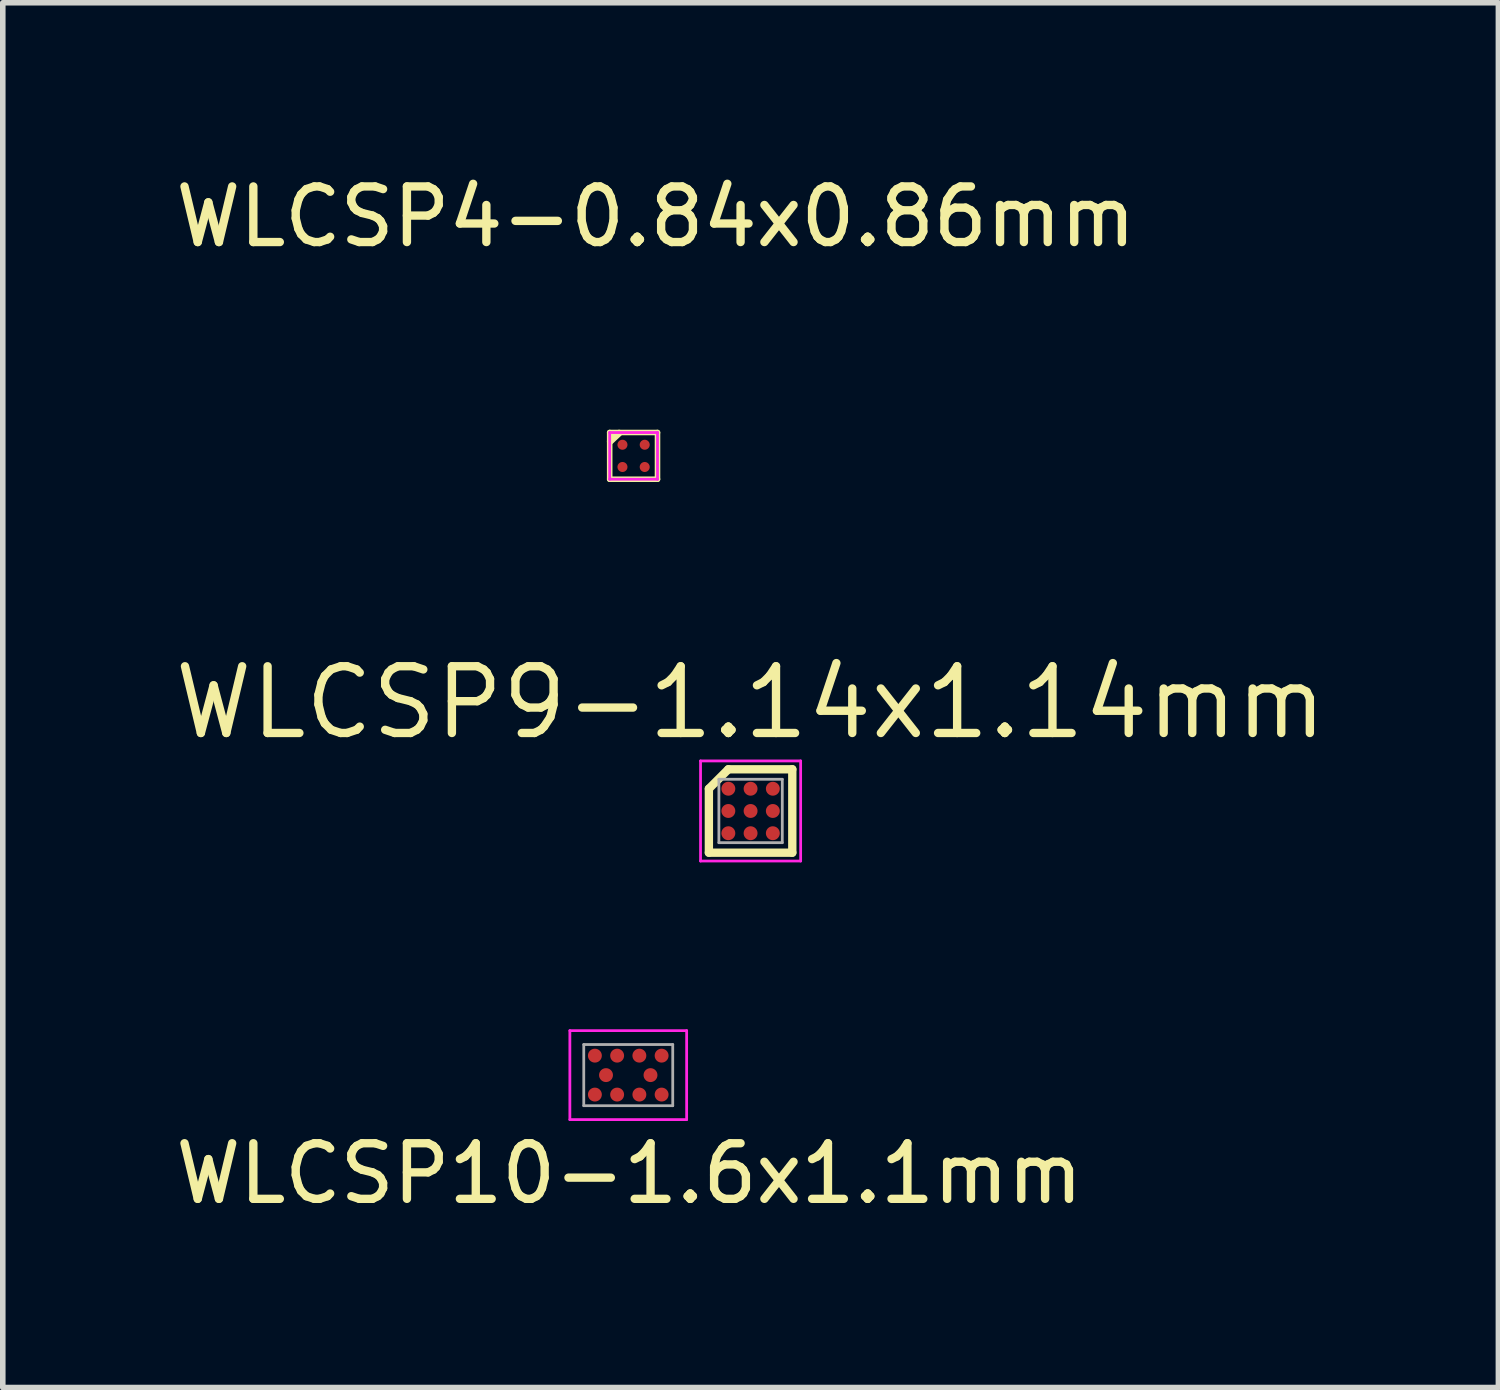
<source format=kicad_pcb>
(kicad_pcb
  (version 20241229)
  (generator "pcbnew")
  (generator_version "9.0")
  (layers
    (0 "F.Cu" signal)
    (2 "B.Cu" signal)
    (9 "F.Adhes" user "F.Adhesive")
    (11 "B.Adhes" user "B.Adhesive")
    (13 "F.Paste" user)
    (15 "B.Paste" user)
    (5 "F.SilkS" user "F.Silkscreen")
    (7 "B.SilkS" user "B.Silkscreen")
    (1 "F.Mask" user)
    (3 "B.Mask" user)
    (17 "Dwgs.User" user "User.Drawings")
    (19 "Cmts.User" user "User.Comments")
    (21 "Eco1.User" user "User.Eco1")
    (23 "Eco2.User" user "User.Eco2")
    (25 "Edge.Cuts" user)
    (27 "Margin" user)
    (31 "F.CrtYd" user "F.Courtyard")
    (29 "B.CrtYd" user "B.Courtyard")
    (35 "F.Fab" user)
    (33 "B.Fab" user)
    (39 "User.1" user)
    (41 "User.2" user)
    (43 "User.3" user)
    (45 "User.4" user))
  (footprint "WLCSP10-1.6x1.1mm"
    (layer "F.Cu")
    (at 8.248 16.284)
    (property "Reference" "WLCSP10-1.6x1.1mm" (at 0.02 1.77 0) (layer "F.SilkS") (effects (font (size 1 1) (thickness 0.15))))
    (attr through_hole)
    (fp_line (start -1.05 -0.8) (end 1.05 -0.8) (stroke (width 0.05) (type solid)) (layer "F.CrtYd"))
    (fp_line (start -1.05 0.8) (end -1.05 -0.8) (stroke (width 0.05) (type solid)) (layer "F.CrtYd"))
    (fp_line (start -1.05 0.8) (end 1.05 0.8) (stroke (width 0.05) (type solid)) (layer "F.CrtYd"))
    (fp_line (start 1.05 0.8) (end 1.05 -0.8) (stroke (width 0.05) (type solid)) (layer "F.CrtYd"))
    (fp_line (start -0.8 -0.55) (end -0.8 0.55) (stroke (width 0.05) (type solid)) (layer "F.Fab"))
    (fp_line (start -0.8 -0.55) (end 0.8 -0.55) (stroke (width 0.05) (type solid)) (layer "F.Fab"))
    (fp_line (start -0.8 0.55) (end 0.8 0.55) (stroke (width 0.05) (type solid)) (layer "F.Fab"))
    (fp_line (start 0.8 -0.55) (end 0.8 0.55) (stroke (width 0.05) (type solid)) (layer "F.Fab"))
    (pad "A1" smd circle (at -0.6 0.35) (size 0.25 0.25) (layers "F.Cu" "F.Mask" "F.Paste"))
    (pad "A3" smd circle (at -0.6 -0.35) (size 0.25 0.25) (layers "F.Cu" "F.Mask" "F.Paste"))
    (pad "B2" smd circle (at -0.4 0) (size 0.25 0.25) (layers "F.Cu" "F.Mask" "F.Paste"))
    (pad "C1" smd circle (at -0.2 0.35) (size 0.25 0.25) (layers "F.Cu" "F.Mask" "F.Paste"))
    (pad "C3" smd circle (at -0.2 -0.35) (size 0.25 0.25) (layers "F.Cu" "F.Mask" "F.Paste"))
    (pad "D1" smd circle (at 0.2 0.35) (size 0.25 0.25) (layers "F.Cu" "F.Mask" "F.Paste"))
    (pad "D3" smd circle (at 0.2 -0.35) (size 0.25 0.25) (layers "F.Cu" "F.Mask" "F.Paste"))
    (pad "E2" smd circle (at 0.4 0) (size 0.25 0.25) (layers "F.Cu" "F.Mask" "F.Paste"))
    (pad "F1" smd circle (at 0.6 0.35) (size 0.25 0.25) (layers "F.Cu" "F.Mask" "F.Paste"))
    (pad "F3" smd circle (at 0.6 -0.35) (size 0.25 0.25) (layers "F.Cu" "F.Mask" "F.Paste")))
  (footprint "WLCSP9-1.14x1.14mm"
    (layer "F.Cu")
    (at 10.448 11.534)
    (property "Reference" "WLCSP9-1.14x1.14mm" (at 0 -1.95 0) (layer "F.SilkS") (effects (font (size 1.2 1.2) (thickness 0.15))))
    (attr through_hole)
    (fp_line (start -0.75 -0.4) (end -0.75 0.75) (stroke (width 0.15) (type solid)) (layer "F.SilkS"))
    (fp_line (start -0.75 0.75) (end 0.75 0.75) (stroke (width 0.15) (type solid)) (layer "F.SilkS"))
    (fp_line (start -0.4 -0.75) (end -0.75 -0.4) (stroke (width 0.15) (type solid)) (layer "F.SilkS"))
    (fp_line (start 0.75 -0.75) (end -0.4 -0.75) (stroke (width 0.15) (type solid)) (layer "F.SilkS"))
    (fp_line (start 0.75 0.75) (end 0.75 -0.75) (stroke (width 0.15) (type solid)) (layer "F.SilkS"))
    (fp_line (start -0.9 -0.9) (end 0.9 -0.9) (stroke (width 0.05) (type solid)) (layer "F.CrtYd"))
    (fp_line (start -0.9 0.9) (end -0.9 -0.9) (stroke (width 0.05) (type solid)) (layer "F.CrtYd"))
    (fp_line (start 0.9 -0.9) (end 0.9 0.9) (stroke (width 0.05) (type solid)) (layer "F.CrtYd"))
    (fp_line (start 0.9 0.9) (end -0.9 0.9) (stroke (width 0.05) (type solid)) (layer "F.CrtYd"))
    (fp_line (start -0.57 -0.57) (end -0.57 0.57) (stroke (width 0.05) (type solid)) (layer "F.Fab"))
    (fp_line (start 0.57 -0.57) (end -0.57 -0.57) (stroke (width 0.05) (type solid)) (layer "F.Fab"))
    (fp_line (start 0.57 -0.57) (end 0.57 0.57) (stroke (width 0.05) (type solid)) (layer "F.Fab"))
    (fp_line (start 0.57 0.57) (end -0.57 0.57) (stroke (width 0.05) (type solid)) (layer "F.Fab"))
    (pad "A1" smd circle (at -0.4 -0.4) (size 0.25 0.25) (layers "F.Cu" "F.Mask" "F.Paste"))
    (pad "A2" smd circle (at 0 -0.4) (size 0.25 0.25) (layers "F.Cu" "F.Mask" "F.Paste"))
    (pad "A3" smd circle (at 0.4 -0.4) (size 0.25 0.25) (layers "F.Cu" "F.Mask" "F.Paste"))
    (pad "B1" smd circle (at -0.4 0) (size 0.25 0.25) (layers "F.Cu" "F.Mask" "F.Paste"))
    (pad "B2" smd circle (at 0 0) (size 0.25 0.25) (layers "F.Cu" "F.Mask" "F.Paste"))
    (pad "B3" smd circle (at 0.4 0) (size 0.25 0.25) (layers "F.Cu" "F.Mask" "F.Paste"))
    (pad "C1" smd circle (at -0.4 0.4) (size 0.25 0.25) (layers "F.Cu" "F.Mask" "F.Paste"))
    (pad "C2" smd circle (at 0 0.4) (size 0.25 0.25) (layers "F.Cu" "F.Mask" "F.Paste"))
    (pad "C3" smd circle (at 0.4 0.4) (size 0.25 0.25) (layers "F.Cu" "F.Mask" "F.Paste")))
  (footprint "WLCSP4-0.84x0.86mm"
    (layer "F.Cu")
    (at 8.344 5.148)
    (property "Reference" "WLCSP4-0.84x0.86mm" (at 0.4 -4.3 0) (layer "F.SilkS") (effects (font (size 1 1) (thickness 0.15))))
    (attr smd)
    (fp_line (start -0.43 -0.42) (end 0.43 -0.42) (stroke (width 0.1) (type solid)) (layer "F.SilkS"))
    (fp_line (start -0.43 0.42) (end -0.43 -0.42) (stroke (width 0.1) (type solid)) (layer "F.SilkS"))
    (fp_line (start -0.42 -0.26) (end -0.26 -0.41) (stroke (width 0.12) (type solid)) (layer "F.SilkS"))
    (fp_line (start 0.43 -0.42) (end 0.43 0.42) (stroke (width 0.1) (type solid)) (layer "F.SilkS"))
    (fp_line (start 0.43 0.42) (end -0.43 0.42) (stroke (width 0.1) (type solid)) (layer "F.SilkS"))
    (fp_line (start -0.43 -0.42) (end 0.43 -0.42) (stroke (width 0.05) (type solid)) (layer "F.CrtYd"))
    (fp_line (start -0.43 0.42) (end -0.43 -0.42) (stroke (width 0.05) (type solid)) (layer "F.CrtYd"))
    (fp_line (start 0.43 -0.42) (end 0.43 0.42) (stroke (width 0.05) (type solid)) (layer "F.CrtYd"))
    (fp_line (start 0.43 0.42) (end -0.43 0.42) (stroke (width 0.05) (type solid)) (layer "F.CrtYd"))
    (pad "A1" smd circle (at -0.2 -0.2) (size 0.18 0.18) (layers "F.Cu" "F.Mask" "F.Paste"))
    (pad "A2" smd circle (at 0.2 -0.2) (size 0.18 0.18) (layers "F.Cu" "F.Mask" "F.Paste"))
    (pad "B1" smd circle (at -0.2 0.2) (size 0.18 0.18) (layers "F.Cu" "F.Mask" "F.Paste"))
    (pad "B2" smd circle (at 0.2 0.2) (size 0.18 0.18) (layers "F.Cu" "F.Mask" "F.Paste")))
  (gr_rect
    (start -3 -3)
    (end 23.896 21.902)
    (stroke (width 0.1) (type default))
    (fill no)
    (layer "Edge.Cuts")))
</source>
